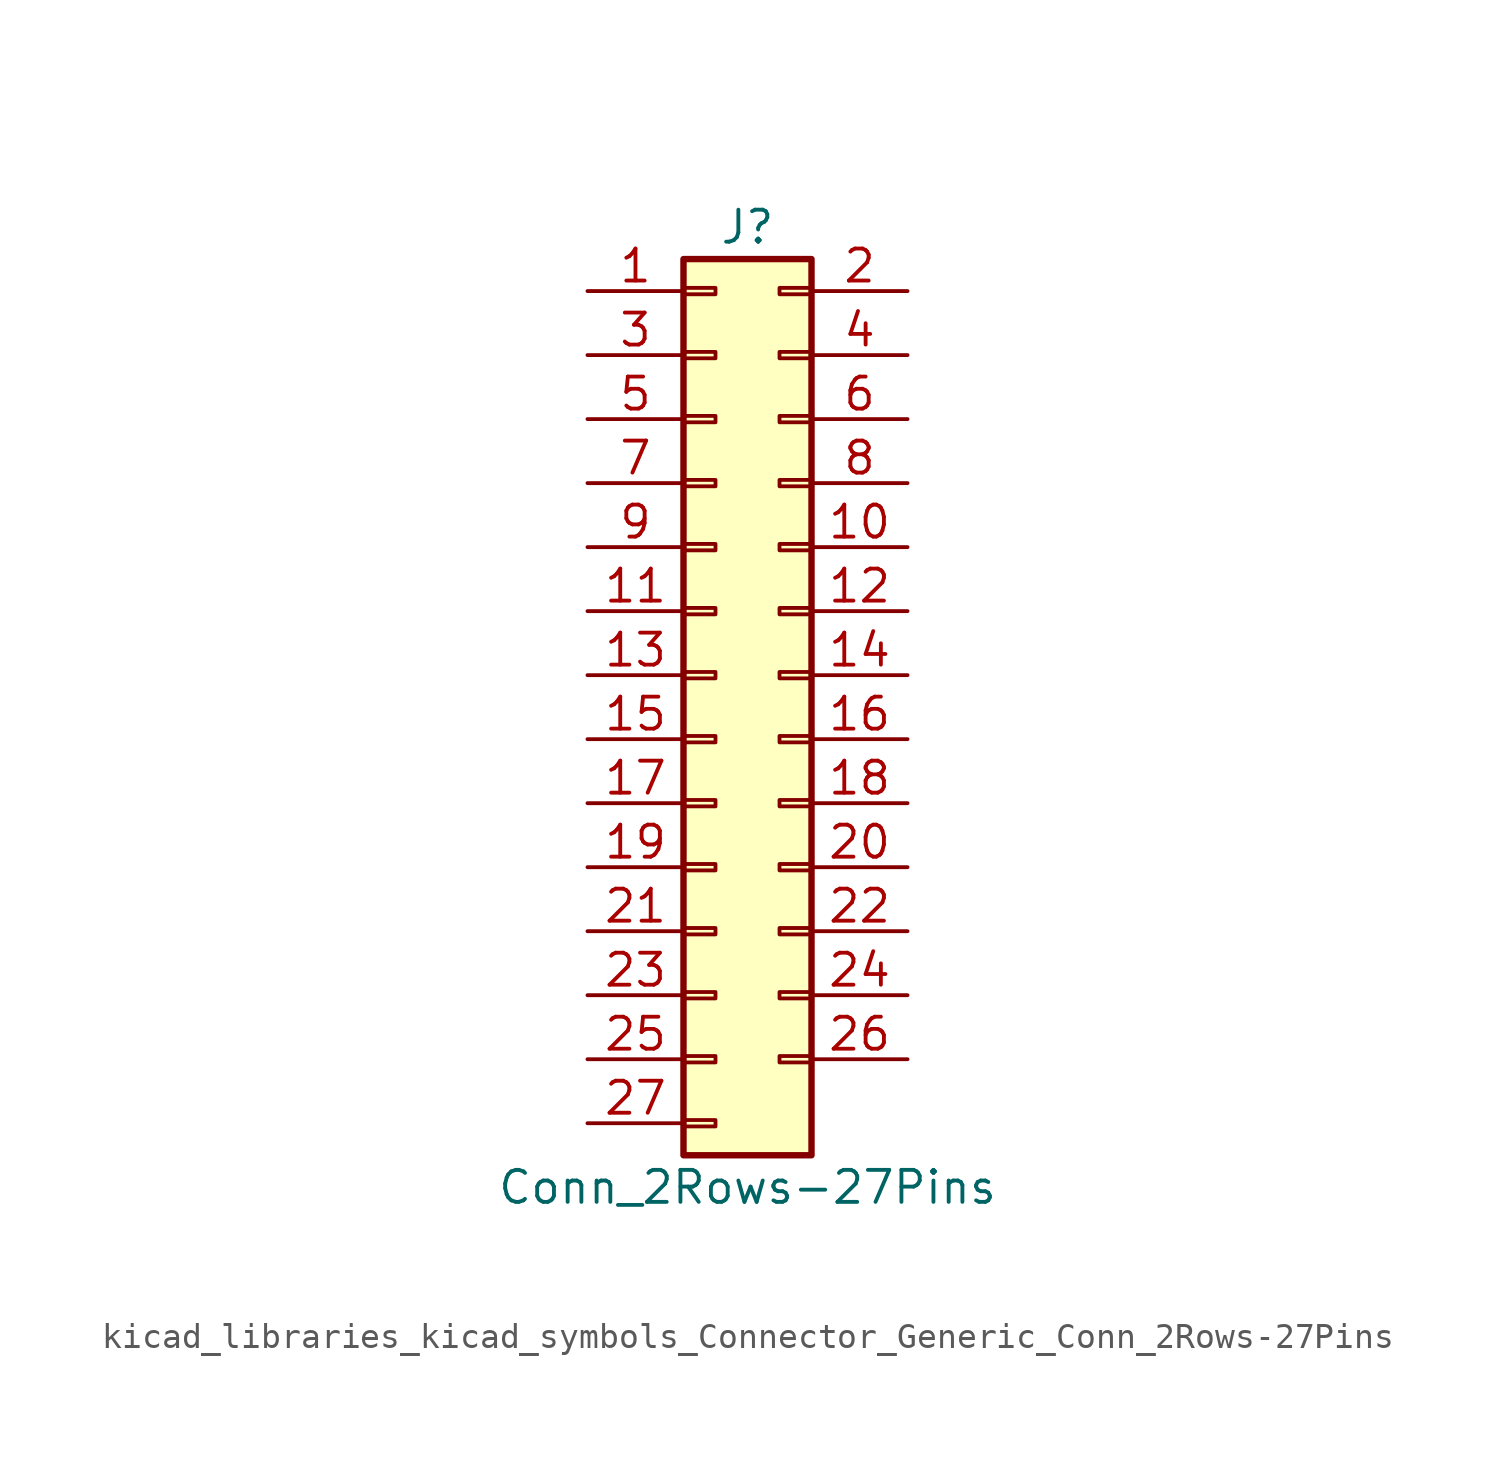
<source format=kicad_sym>
(kicad_symbol_lib
  (version 20220914)
  (generator kicad_symbol_editor)
  (symbol "kicad_libraries_kicad_symbols_Connector_Generic_Conn_2Rows-27Pins"
    (pin_names
      (offset 1.016) hide)
    (property "Reference" "J"
      (at 1.27 17.78 0)
      (effects (font (size 1.27 1.27))))
    (property "Value" "Conn_2Rows-27Pins"
      (at 1.27 -20.32 0)
      (effects (font (size 1.27 1.27))))
    (symbol "kicad_libraries_kicad_symbols_Connector_Generic_Conn_2Rows-27Pins_1_1"
      (rectangle (start -1.27 -17.653) (end 0 -17.907) (stroke (width 0.152) (type default)) (fill (type none)))
      (rectangle (start -1.27 -15.113) (end 0 -15.367) (stroke (width 0.152) (type default)) (fill (type none)))
      (rectangle (start -1.27 -12.573) (end 0 -12.827) (stroke (width 0.152) (type default)) (fill (type none)))
      (rectangle (start -1.27 -10.033) (end 0 -10.287) (stroke (width 0.152) (type default)) (fill (type none)))
      (rectangle (start -1.27 -7.493) (end 0 -7.747) (stroke (width 0.152) (type default)) (fill (type none)))
      (rectangle (start -1.27 -4.953) (end 0 -5.207) (stroke (width 0.152) (type default)) (fill (type none)))
      (rectangle (start -1.27 -2.413) (end 0 -2.667) (stroke (width 0.152) (type default)) (fill (type none)))
      (rectangle (start -1.27 0.127) (end 0 -0.127) (stroke (width 0.152) (type default)) (fill (type none)))
      (rectangle (start -1.27 2.667) (end 0 2.413) (stroke (width 0.152) (type default)) (fill (type none)))
      (rectangle (start -1.27 5.207) (end 0 4.953) (stroke (width 0.152) (type default)) (fill (type none)))
      (rectangle (start -1.27 7.747) (end 0 7.493) (stroke (width 0.152) (type default)) (fill (type none)))
      (rectangle (start -1.27 10.287) (end 0 10.033) (stroke (width 0.152) (type default)) (fill (type none)))
      (rectangle (start -1.27 12.827) (end 0 12.573) (stroke (width 0.152) (type default)) (fill (type none)))
      (rectangle (start -1.27 15.367) (end 0 15.113) (stroke (width 0.152) (type default)) (fill (type none)))
      (rectangle (start -1.27 16.51) (end 3.81 -19.05) (stroke (width 0.254) (type default)) (fill (type background)))
      (rectangle (start 3.81 -15.113) (end 2.54 -15.367) (stroke (width 0.152) (type default)) (fill (type none)))
      (rectangle (start 3.81 -12.573) (end 2.54 -12.827) (stroke (width 0.152) (type default)) (fill (type none)))
      (rectangle (start 3.81 -10.033) (end 2.54 -10.287) (stroke (width 0.152) (type default)) (fill (type none)))
      (rectangle (start 3.81 -7.493) (end 2.54 -7.747) (stroke (width 0.152) (type default)) (fill (type none)))
      (rectangle (start 3.81 -4.953) (end 2.54 -5.207) (stroke (width 0.152) (type default)) (fill (type none)))
      (rectangle (start 3.81 -2.413) (end 2.54 -2.667) (stroke (width 0.152) (type default)) (fill (type none)))
      (rectangle (start 3.81 0.127) (end 2.54 -0.127) (stroke (width 0.152) (type default)) (fill (type none)))
      (rectangle (start 3.81 2.667) (end 2.54 2.413) (stroke (width 0.152) (type default)) (fill (type none)))
      (rectangle (start 3.81 5.207) (end 2.54 4.953) (stroke (width 0.152) (type default)) (fill (type none)))
      (rectangle (start 3.81 7.747) (end 2.54 7.493) (stroke (width 0.152) (type default)) (fill (type none)))
      (rectangle (start 3.81 10.287) (end 2.54 10.033) (stroke (width 0.152) (type default)) (fill (type none)))
      (rectangle (start 3.81 12.827) (end 2.54 12.573) (stroke (width 0.152) (type default)) (fill (type none)))
      (rectangle (start 3.81 15.367) (end 2.54 15.113) (stroke (width 0.152) (type default)) (fill (type none)))
      (pin passive line (at -5.08 15.24 0) (length 3.81) (name "Pin_1" (effects (font (size 1.27 1.27)))) (number "1" (effects (font (size 1.27 1.27)))))
      (pin passive line (at 7.62 5.08 180) (length 3.81) (name "Pin_10" (effects (font (size 1.27 1.27)))) (number "10" (effects (font (size 1.27 1.27)))))
      (pin passive line (at -5.08 2.54 0) (length 3.81) (name "Pin_11" (effects (font (size 1.27 1.27)))) (number "11" (effects (font (size 1.27 1.27)))))
      (pin passive line (at 7.62 2.54 180) (length 3.81) (name "Pin_12" (effects (font (size 1.27 1.27)))) (number "12" (effects (font (size 1.27 1.27)))))
      (pin passive line (at -5.08 0 0) (length 3.81) (name "Pin_13" (effects (font (size 1.27 1.27)))) (number "13" (effects (font (size 1.27 1.27)))))
      (pin passive line (at 7.62 0 180) (length 3.81) (name "Pin_14" (effects (font (size 1.27 1.27)))) (number "14" (effects (font (size 1.27 1.27)))))
      (pin passive line (at -5.08 -2.54 0) (length 3.81) (name "Pin_15" (effects (font (size 1.27 1.27)))) (number "15" (effects (font (size 1.27 1.27)))))
      (pin passive line (at 7.62 -2.54 180) (length 3.81) (name "Pin_16" (effects (font (size 1.27 1.27)))) (number "16" (effects (font (size 1.27 1.27)))))
      (pin passive line (at -5.08 -5.08 0) (length 3.81) (name "Pin_17" (effects (font (size 1.27 1.27)))) (number "17" (effects (font (size 1.27 1.27)))))
      (pin passive line (at 7.62 -5.08 180) (length 3.81) (name "Pin_18" (effects (font (size 1.27 1.27)))) (number "18" (effects (font (size 1.27 1.27)))))
      (pin passive line (at -5.08 -7.62 0) (length 3.81) (name "Pin_19" (effects (font (size 1.27 1.27)))) (number "19" (effects (font (size 1.27 1.27)))))
      (pin passive line (at 7.62 15.24 180) (length 3.81) (name "Pin_2" (effects (font (size 1.27 1.27)))) (number "2" (effects (font (size 1.27 1.27)))))
      (pin passive line (at 7.62 -7.62 180) (length 3.81) (name "Pin_20" (effects (font (size 1.27 1.27)))) (number "20" (effects (font (size 1.27 1.27)))))
      (pin passive line (at -5.08 -10.16 0) (length 3.81) (name "Pin_21" (effects (font (size 1.27 1.27)))) (number "21" (effects (font (size 1.27 1.27)))))
      (pin passive line (at 7.62 -10.16 180) (length 3.81) (name "Pin_22" (effects (font (size 1.27 1.27)))) (number "22" (effects (font (size 1.27 1.27)))))
      (pin passive line (at -5.08 -12.7 0) (length 3.81) (name "Pin_23" (effects (font (size 1.27 1.27)))) (number "23" (effects (font (size 1.27 1.27)))))
      (pin passive line (at 7.62 -12.7 180) (length 3.81) (name "Pin_24" (effects (font (size 1.27 1.27)))) (number "24" (effects (font (size 1.27 1.27)))))
      (pin passive line (at -5.08 -15.24 0) (length 3.81) (name "Pin_25" (effects (font (size 1.27 1.27)))) (number "25" (effects (font (size 1.27 1.27)))))
      (pin passive line (at 7.62 -15.24 180) (length 3.81) (name "Pin_26" (effects (font (size 1.27 1.27)))) (number "26" (effects (font (size 1.27 1.27)))))
      (pin passive line (at -5.08 -17.78 0) (length 3.81) (name "Pin_27" (effects (font (size 1.27 1.27)))) (number "27" (effects (font (size 1.27 1.27)))))
      (pin passive line (at -5.08 12.7 0) (length 3.81) (name "Pin_3" (effects (font (size 1.27 1.27)))) (number "3" (effects (font (size 1.27 1.27)))))
      (pin passive line (at 7.62 12.7 180) (length 3.81) (name "Pin_4" (effects (font (size 1.27 1.27)))) (number "4" (effects (font (size 1.27 1.27)))))
      (pin passive line (at -5.08 10.16 0) (length 3.81) (name "Pin_5" (effects (font (size 1.27 1.27)))) (number "5" (effects (font (size 1.27 1.27)))))
      (pin passive line (at 7.62 10.16 180) (length 3.81) (name "Pin_6" (effects (font (size 1.27 1.27)))) (number "6" (effects (font (size 1.27 1.27)))))
      (pin passive line (at -5.08 7.62 0) (length 3.81) (name "Pin_7" (effects (font (size 1.27 1.27)))) (number "7" (effects (font (size 1.27 1.27)))))
      (pin passive line (at 7.62 7.62 180) (length 3.81) (name "Pin_8" (effects (font (size 1.27 1.27)))) (number "8" (effects (font (size 1.27 1.27)))))
      (pin passive line (at -5.08 5.08 0) (length 3.81) (name "Pin_9" (effects (font (size 1.27 1.27)))) (number "9" (effects (font (size 1.27 1.27))))))))
</source>
